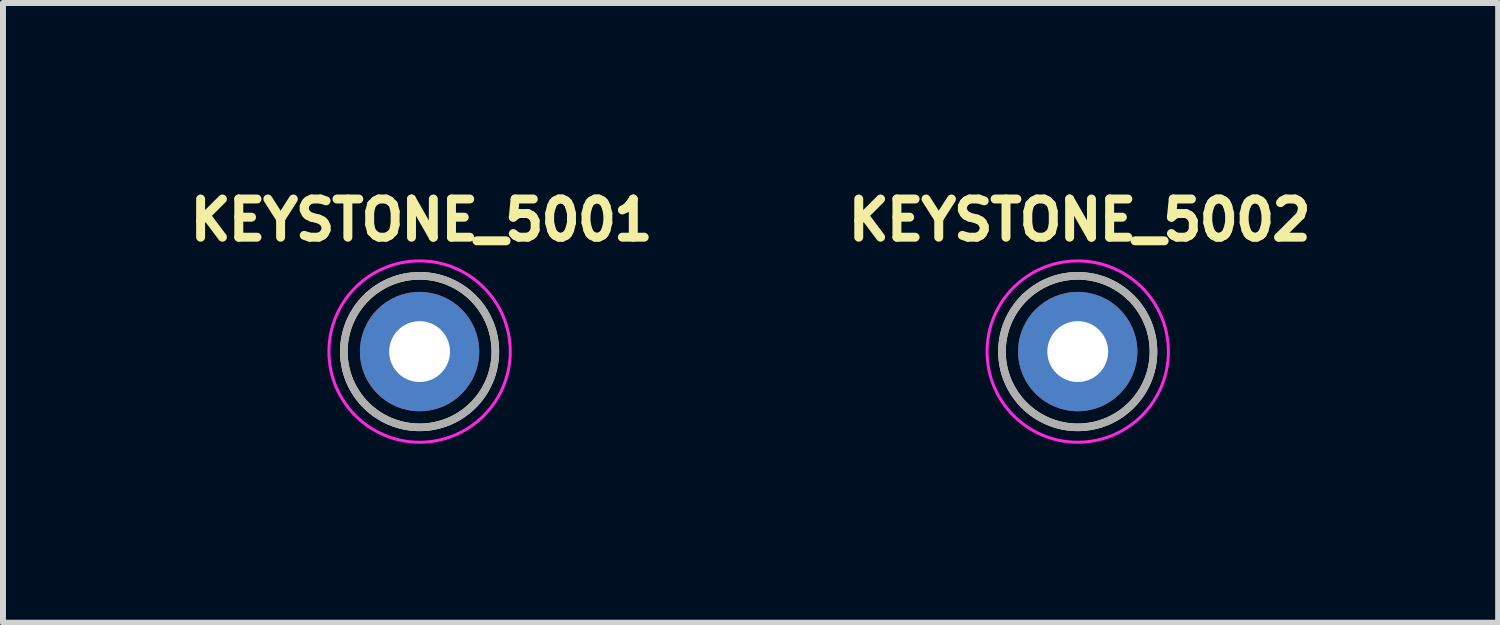
<source format=kicad_pcb>
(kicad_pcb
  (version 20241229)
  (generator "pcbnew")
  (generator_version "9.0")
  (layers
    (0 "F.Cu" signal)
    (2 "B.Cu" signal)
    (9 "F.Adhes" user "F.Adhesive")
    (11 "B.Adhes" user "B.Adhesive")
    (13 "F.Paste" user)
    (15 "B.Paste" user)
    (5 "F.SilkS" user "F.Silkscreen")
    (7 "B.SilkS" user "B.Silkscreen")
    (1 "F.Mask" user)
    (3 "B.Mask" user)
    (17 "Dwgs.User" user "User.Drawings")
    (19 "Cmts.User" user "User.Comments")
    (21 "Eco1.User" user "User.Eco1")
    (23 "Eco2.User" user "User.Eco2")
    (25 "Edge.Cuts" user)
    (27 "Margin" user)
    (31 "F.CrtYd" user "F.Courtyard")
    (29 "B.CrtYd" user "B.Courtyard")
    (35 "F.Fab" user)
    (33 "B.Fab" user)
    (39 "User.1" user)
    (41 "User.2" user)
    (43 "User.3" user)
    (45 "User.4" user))
  (footprint "KEYSTONE_5002"
    (layer "F.Cu")
    (at 15.017 2.844)
    (property "Reference" "KEYSTONE_5002" (at 0.032 -2.206 0) (layer "F.SilkS") (effects (font (size 0.64 0.64) (thickness 0.15))))
    (attr through_hole)
    (fp_circle (center 0 0) (end 1.27 0) (stroke (width 0.127) (type solid)) (fill no) (layer "F.SilkS"))
    (fp_circle (center 0 0) (end 1.52 0) (stroke (width 0.05) (type solid)) (fill no) (layer "F.CrtYd"))
    (fp_circle (center 0 0) (end 1.27 0) (stroke (width 0.127) (type solid)) (fill no) (layer "F.Fab"))
    (pad "1" thru_hole circle (at 0 0) (size 2 2) (drill 1.02) (layers "*.Cu" "*.Mask")))
  (footprint "KEYSTONE_5001"
    (layer "F.Cu")
    (at 3.984 2.844)
    (property "Reference" "KEYSTONE_5001" (at 0.032 -2.206 0) (layer "F.SilkS") (effects (font (size 0.64 0.64) (thickness 0.15))))
    (attr through_hole)
    (fp_circle (center 0 0) (end 1.27 0) (stroke (width 0.127) (type solid)) (fill no) (layer "F.SilkS"))
    (fp_circle (center 0 0) (end 1.52 0) (stroke (width 0.05) (type solid)) (fill no) (layer "F.CrtYd"))
    (fp_circle (center 0 0) (end 1.27 0) (stroke (width 0.127) (type solid)) (fill no) (layer "F.Fab"))
    (pad "1" thru_hole circle (at 0 0) (size 2 2) (drill 1.02) (layers "*.Cu" "*.Mask")))
  (gr_rect
    (start -3 -3)
    (end 22.065 7.389)
    (stroke (width 0.1) (type default))
    (fill no)
    (layer "Edge.Cuts")))
</source>
